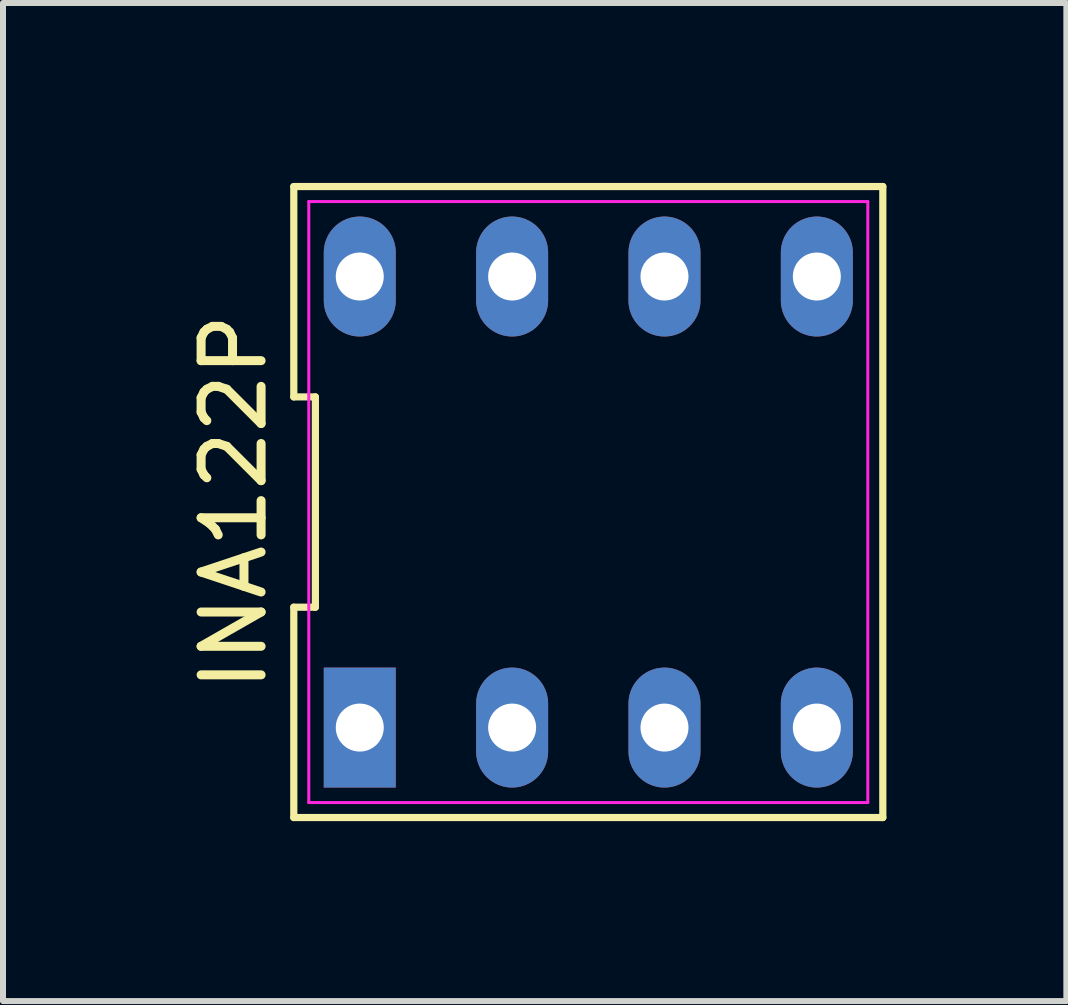
<source format=kicad_pcb>
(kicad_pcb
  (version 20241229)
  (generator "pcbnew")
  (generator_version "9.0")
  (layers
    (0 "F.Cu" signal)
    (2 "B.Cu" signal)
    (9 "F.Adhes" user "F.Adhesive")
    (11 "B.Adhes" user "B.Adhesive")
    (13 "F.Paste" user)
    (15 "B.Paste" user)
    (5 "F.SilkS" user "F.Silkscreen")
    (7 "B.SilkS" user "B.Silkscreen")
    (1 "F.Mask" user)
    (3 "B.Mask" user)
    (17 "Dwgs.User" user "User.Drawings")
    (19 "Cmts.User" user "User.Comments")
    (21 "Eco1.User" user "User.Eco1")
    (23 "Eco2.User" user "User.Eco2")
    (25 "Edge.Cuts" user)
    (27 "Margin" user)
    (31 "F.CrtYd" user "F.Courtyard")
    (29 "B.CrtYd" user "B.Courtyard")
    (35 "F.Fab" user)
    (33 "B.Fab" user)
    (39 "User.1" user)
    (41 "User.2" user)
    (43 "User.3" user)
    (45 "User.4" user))
  (footprint "INA122P"
    (layer "F.Cu")
    (at 6.758 5.32)
    (property "Reference" "INA122P" (at -5.91 0 90) (layer "F.SilkS") (effects (font (size 1 1) (thickness 0.15))))
    (attr through_hole)
    (fp_line (start -4.91 -5.26) (end -4.91 -1.753) (stroke (width 0.12) (type default)) (layer "F.SilkS"))
    (fp_line (start -4.91 -1.753) (end -4.55 -1.753) (stroke (width 0.12) (type default)) (layer "F.SilkS"))
    (fp_line (start -4.91 1.753) (end -4.91 5.26) (stroke (width 0.12) (type default)) (layer "F.SilkS"))
    (fp_line (start -4.91 5.26) (end 4.91 5.26) (stroke (width 0.12) (type default)) (layer "F.SilkS"))
    (fp_line (start -4.55 -1.753) (end -4.55 1.753) (stroke (width 0.12) (type default)) (layer "F.SilkS"))
    (fp_line (start -4.55 1.753) (end -4.91 1.753) (stroke (width 0.12) (type default)) (layer "F.SilkS"))
    (fp_line (start 4.91 -5.26) (end -4.91 -5.26) (stroke (width 0.12) (type default)) (layer "F.SilkS"))
    (fp_line (start 4.91 5.26) (end 4.91 -5.26) (stroke (width 0.12) (type default)) (layer "F.SilkS"))
    (fp_line (start -4.66 -5.01) (end 4.66 -5.01) (stroke (width 0.05) (type default)) (layer "F.CrtYd"))
    (fp_line (start -4.66 5.01) (end -4.66 -5.01) (stroke (width 0.05) (type default)) (layer "F.CrtYd"))
    (fp_line (start 4.66 -5.01) (end 4.66 5.01) (stroke (width 0.05) (type default)) (layer "F.CrtYd"))
    (fp_line (start 4.66 5.01) (end -4.66 5.01) (stroke (width 0.05) (type default)) (layer "F.CrtYd"))
    (pad "1" thru_hole rect (at -3.81 3.76) (size 1.2 2) (drill 0.8) (layers "*.Cu" "*.Mask"))
    (pad "2" thru_hole oval (at -1.27 3.76) (size 1.2 2) (drill 0.8) (layers "*.Cu" "*.Mask"))
    (pad "3" thru_hole oval (at 1.27 3.76) (size 1.2 2) (drill 0.8) (layers "*.Cu" "*.Mask"))
    (pad "4" thru_hole oval (at 3.81 3.76) (size 1.2 2) (drill 0.8) (layers "*.Cu" "*.Mask"))
    (pad "5" thru_hole oval (at 3.81 -3.76) (size 1.2 2) (drill 0.8) (layers "*.Cu" "*.Mask"))
    (pad "6" thru_hole oval (at 1.27 -3.76) (size 1.2 2) (drill 0.8) (layers "*.Cu" "*.Mask"))
    (pad "7" thru_hole oval (at -1.27 -3.76) (size 1.2 2) (drill 0.8) (layers "*.Cu" "*.Mask"))
    (pad "8" thru_hole oval (at -3.81 -3.76) (size 1.2 2) (drill 0.8) (layers "*.Cu" "*.Mask")))
  (gr_rect
    (start -3 -3)
    (end 14.728 13.64)
    (stroke (width 0.1) (type default))
    (fill no)
    (layer "Edge.Cuts")))
</source>
